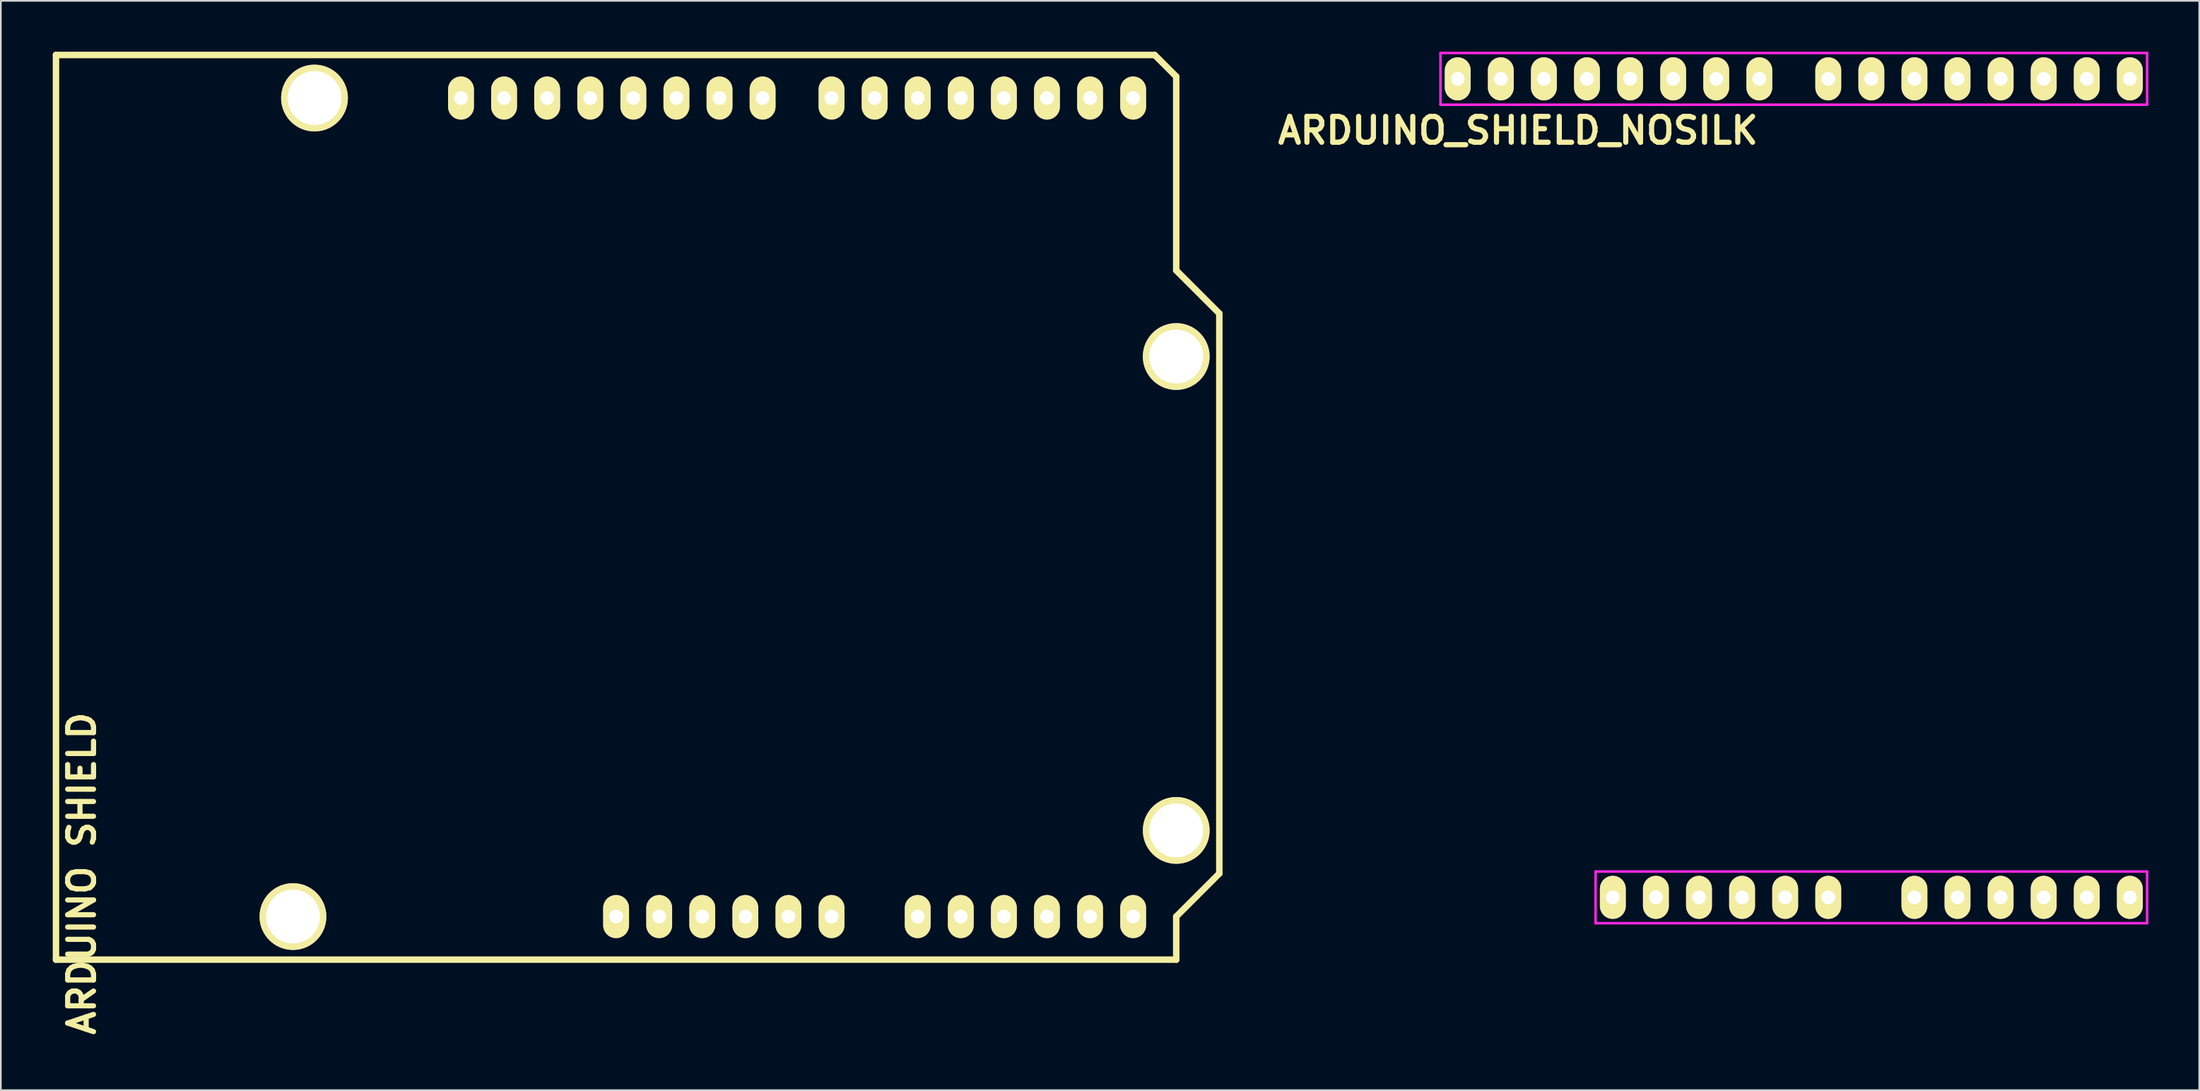
<source format=kicad_pcb>
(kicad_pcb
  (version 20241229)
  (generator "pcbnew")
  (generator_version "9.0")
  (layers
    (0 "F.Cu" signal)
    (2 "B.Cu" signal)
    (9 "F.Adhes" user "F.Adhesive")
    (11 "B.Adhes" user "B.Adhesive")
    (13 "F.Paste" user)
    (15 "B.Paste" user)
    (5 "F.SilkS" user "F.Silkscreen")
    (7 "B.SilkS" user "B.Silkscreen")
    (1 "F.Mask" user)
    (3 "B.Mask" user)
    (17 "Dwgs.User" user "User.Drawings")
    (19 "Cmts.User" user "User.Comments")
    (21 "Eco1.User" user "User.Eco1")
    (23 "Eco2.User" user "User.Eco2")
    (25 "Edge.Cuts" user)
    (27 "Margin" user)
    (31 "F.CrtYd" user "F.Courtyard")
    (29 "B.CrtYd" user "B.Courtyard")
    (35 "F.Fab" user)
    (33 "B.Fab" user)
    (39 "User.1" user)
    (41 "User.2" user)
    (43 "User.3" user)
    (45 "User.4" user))
  (footprint "ARDUINO_SHIELD_NOSILK"
    (layer "F.Cu")
    (at 106.76 25.475)
    (property "Reference" "ARDUINO_SHIELD_NOSILK" (at -20.32 -20.828 180) (layer "F.SilkS") (effects (font (size 1.524 1.524) (thickness 0.305))))
    (attr through_hole)
    (fp_line (start -24.892 -25.4) (end -24.892 -22.352) (stroke (width 0.15) (type solid)) (layer "F.CrtYd"))
    (fp_line (start -24.892 -22.352) (end 16.764 -22.352) (stroke (width 0.15) (type solid)) (layer "F.CrtYd"))
    (fp_line (start -15.748 22.86) (end -15.748 25.908) (stroke (width 0.15) (type solid)) (layer "F.CrtYd"))
    (fp_line (start -15.748 25.908) (end 16.764 25.908) (stroke (width 0.15) (type solid)) (layer "F.CrtYd"))
    (fp_line (start 16.764 -25.4) (end -24.892 -25.4) (stroke (width 0.15) (type solid)) (layer "F.CrtYd"))
    (fp_line (start 16.764 -22.352) (end 16.764 -25.4) (stroke (width 0.15) (type solid)) (layer "F.CrtYd"))
    (fp_line (start 16.764 22.86) (end -15.748 22.86) (stroke (width 0.15) (type solid)) (layer "F.CrtYd"))
    (fp_line (start 16.764 25.908) (end 16.764 22.86) (stroke (width 0.15) (type solid)) (layer "F.CrtYd"))
    (pad "0" thru_hole oval (at 15.748 -23.876 90) (size 2.54 1.524) (drill 0.813) (layers "*.Cu" "*.Mask" "F.SilkS"))
    (pad "1" thru_hole oval (at 13.208 -23.876 90) (size 2.54 1.524) (drill 0.813) (layers "*.Cu" "*.Mask" "F.SilkS"))
    (pad "2" thru_hole oval (at 10.668 -23.876 90) (size 2.54 1.524) (drill 0.813) (layers "*.Cu" "*.Mask" "F.SilkS"))
    (pad "3" thru_hole oval (at 8.128 -23.876 90) (size 2.54 1.524) (drill 0.813) (layers "*.Cu" "*.Mask" "F.SilkS"))
    (pad "3V3" thru_hole oval (at -12.192 24.384 90) (size 2.54 1.524) (drill 0.813) (layers "*.Cu" "*.Mask" "F.SilkS"))
    (pad "4" thru_hole oval (at 5.588 -23.876 90) (size 2.54 1.524) (drill 0.813) (layers "*.Cu" "*.Mask" "F.SilkS"))
    (pad "5" thru_hole oval (at 3.048 -23.876 90) (size 2.54 1.524) (drill 0.813) (layers "*.Cu" "*.Mask" "F.SilkS"))
    (pad "5V" thru_hole oval (at -9.652 24.384 90) (size 2.54 1.524) (drill 0.813) (layers "*.Cu" "*.Mask" "F.SilkS"))
    (pad "6" thru_hole oval (at 0.508 -23.876 90) (size 2.54 1.524) (drill 0.813) (layers "*.Cu" "*.Mask" "F.SilkS"))
    (pad "7" thru_hole oval (at -2.032 -23.876 90) (size 2.54 1.524) (drill 0.813) (layers "*.Cu" "*.Mask" "F.SilkS"))
    (pad "8" thru_hole oval (at -6.096 -23.876 90) (size 2.54 1.524) (drill 0.813) (layers "*.Cu" "*.Mask" "F.SilkS"))
    (pad "9" thru_hole oval (at -8.636 -23.876 90) (size 2.54 1.524) (drill 0.813) (layers "*.Cu" "*.Mask" "F.SilkS"))
    (pad "10" thru_hole oval (at -11.176 -23.876 90) (size 2.54 1.524) (drill 0.813) (layers "*.Cu" "*.Mask" "F.SilkS"))
    (pad "11" thru_hole oval (at -13.716 -23.876 90) (size 2.54 1.524) (drill 0.813) (layers "*.Cu" "*.Mask" "F.SilkS"))
    (pad "12" thru_hole oval (at -16.256 -23.876 90) (size 2.54 1.524) (drill 0.813) (layers "*.Cu" "*.Mask" "F.SilkS"))
    (pad "13" thru_hole oval (at -18.796 -23.876 90) (size 2.54 1.524) (drill 0.813) (layers "*.Cu" "*.Mask" "F.SilkS"))
    (pad "AD0" thru_hole oval (at 3.048 24.384 90) (size 2.54 1.524) (drill 0.813) (layers "*.Cu" "*.Mask" "F.SilkS"))
    (pad "AD1" thru_hole oval (at 5.588 24.384 90) (size 2.54 1.524) (drill 0.813) (layers "*.Cu" "*.Mask" "F.SilkS"))
    (pad "AD2" thru_hole oval (at 8.128 24.384 90) (size 2.54 1.524) (drill 0.813) (layers "*.Cu" "*.Mask" "F.SilkS"))
    (pad "AD3" thru_hole oval (at 10.668 24.384 90) (size 2.54 1.524) (drill 0.813) (layers "*.Cu" "*.Mask" "F.SilkS"))
    (pad "AD4" thru_hole oval (at 13.208 24.384 90) (size 2.54 1.524) (drill 0.813) (layers "*.Cu" "*.Mask" "F.SilkS"))
    (pad "AD5" thru_hole oval (at 15.748 24.384 90) (size 2.54 1.524) (drill 0.813) (layers "*.Cu" "*.Mask" "F.SilkS"))
    (pad "AREF" thru_hole oval (at -23.876 -23.876 90) (size 2.54 1.524) (drill 0.813) (layers "*.Cu" "*.Mask" "F.SilkS"))
    (pad "GND1" thru_hole oval (at -7.112 24.384 90) (size 2.54 1.524) (drill 0.813) (layers "*.Cu" "*.Mask" "F.SilkS"))
    (pad "GND2" thru_hole oval (at -4.572 24.384 90) (size 2.54 1.524) (drill 0.813) (layers "*.Cu" "*.Mask" "F.SilkS"))
    (pad "GND3" thru_hole oval (at -21.336 -23.876 90) (size 2.54 1.524) (drill 0.813) (layers "*.Cu" "*.Mask" "F.SilkS"))
    (pad "RST" thru_hole oval (at -14.732 24.384 90) (size 2.54 1.524) (drill 0.813) (layers "*.Cu" "*.Mask" "F.SilkS"))
    (pad "V_IN" thru_hole oval (at -2.032 24.384 90) (size 2.54 1.524) (drill 0.813) (layers "*.Cu" "*.Mask" "F.SilkS")))
  (footprint "ARDUINO SHIELD"
    (layer "F.Cu")
    (at 0.25 53.531)
    (property "Reference" "ARDUINO SHIELD" (at 1.524 -5.08 90) (layer "F.SilkS") (effects (font (size 1.524 1.524) (thickness 0.305))))
    (attr through_hole)
    (fp_line (start 0 0) (end 0 -53.34) (stroke (width 0.381) (type solid)) (layer "F.SilkS"))
    (fp_line (start 64.77 -53.34) (end 0 -53.34) (stroke (width 0.381) (type solid)) (layer "F.SilkS"))
    (fp_line (start 66.04 -52.07) (end 64.77 -53.34) (stroke (width 0.381) (type solid)) (layer "F.SilkS"))
    (fp_line (start 66.04 -40.64) (end 66.04 -52.07) (stroke (width 0.381) (type solid)) (layer "F.SilkS"))
    (fp_line (start 66.04 -40.64) (end 68.58 -38.1) (stroke (width 0.381) (type solid)) (layer "F.SilkS"))
    (fp_line (start 66.04 -2.54) (end 66.04 0) (stroke (width 0.381) (type solid)) (layer "F.SilkS"))
    (fp_line (start 66.04 0) (end 0 0) (stroke (width 0.381) (type solid)) (layer "F.SilkS"))
    (fp_line (start 68.58 -38.1) (end 68.58 -5.08) (stroke (width 0.381) (type solid)) (layer "F.SilkS"))
    (fp_line (start 68.58 -5.08) (end 66.04 -2.54) (stroke (width 0.381) (type solid)) (layer "F.SilkS"))
    (pad "" thru_hole circle (at 13.97 -2.54 90) (size 3.937 3.937) (drill 3.175) (layers "*.Cu" "*.Mask" "F.SilkS"))
    (pad "" thru_hole circle (at 15.24 -50.8 90) (size 3.937 3.937) (drill 3.175) (layers "*.Cu" "*.Mask" "F.SilkS"))
    (pad "" thru_hole circle (at 66.04 -35.56 90) (size 3.937 3.937) (drill 3.175) (layers "*.Cu" "*.Mask" "F.SilkS"))
    (pad "" thru_hole circle (at 66.04 -7.62 90) (size 3.937 3.937) (drill 3.175) (layers "*.Cu" "*.Mask" "F.SilkS"))
    (pad "0" thru_hole oval (at 63.5 -50.8 90) (size 2.54 1.524) (drill 0.813) (layers "*.Cu" "*.Mask" "F.SilkS"))
    (pad "1" thru_hole oval (at 60.96 -50.8 90) (size 2.54 1.524) (drill 0.813) (layers "*.Cu" "*.Mask" "F.SilkS"))
    (pad "2" thru_hole oval (at 58.42 -50.8 90) (size 2.54 1.524) (drill 0.813) (layers "*.Cu" "*.Mask" "F.SilkS"))
    (pad "3" thru_hole oval (at 55.88 -50.8 90) (size 2.54 1.524) (drill 0.813) (layers "*.Cu" "*.Mask" "F.SilkS"))
    (pad "3V3" thru_hole oval (at 35.56 -2.54 90) (size 2.54 1.524) (drill 0.813) (layers "*.Cu" "*.Mask" "F.SilkS"))
    (pad "4" thru_hole oval (at 53.34 -50.8 90) (size 2.54 1.524) (drill 0.813) (layers "*.Cu" "*.Mask" "F.SilkS"))
    (pad "5" thru_hole oval (at 50.8 -50.8 90) (size 2.54 1.524) (drill 0.813) (layers "*.Cu" "*.Mask" "F.SilkS"))
    (pad "5V" thru_hole oval (at 38.1 -2.54 90) (size 2.54 1.524) (drill 0.813) (layers "*.Cu" "*.Mask" "F.SilkS"))
    (pad "6" thru_hole oval (at 48.26 -50.8 90) (size 2.54 1.524) (drill 0.813) (layers "*.Cu" "*.Mask" "F.SilkS"))
    (pad "7" thru_hole oval (at 45.72 -50.8 90) (size 2.54 1.524) (drill 0.813) (layers "*.Cu" "*.Mask" "F.SilkS"))
    (pad "8" thru_hole oval (at 41.656 -50.8 90) (size 2.54 1.524) (drill 0.813) (layers "*.Cu" "*.Mask" "F.SilkS"))
    (pad "9" thru_hole oval (at 39.116 -50.8 90) (size 2.54 1.524) (drill 0.813) (layers "*.Cu" "*.Mask" "F.SilkS"))
    (pad "10" thru_hole oval (at 36.576 -50.8 90) (size 2.54 1.524) (drill 0.813) (layers "*.Cu" "*.Mask" "F.SilkS"))
    (pad "11" thru_hole oval (at 34.036 -50.8 90) (size 2.54 1.524) (drill 0.813) (layers "*.Cu" "*.Mask" "F.SilkS"))
    (pad "12" thru_hole oval (at 31.496 -50.8 90) (size 2.54 1.524) (drill 0.813) (layers "*.Cu" "*.Mask" "F.SilkS"))
    (pad "13" thru_hole oval (at 28.956 -50.8 90) (size 2.54 1.524) (drill 0.813) (layers "*.Cu" "*.Mask" "F.SilkS"))
    (pad "AD0" thru_hole oval (at 50.8 -2.54 90) (size 2.54 1.524) (drill 0.813) (layers "*.Cu" "*.Mask" "F.SilkS"))
    (pad "AD1" thru_hole oval (at 53.34 -2.54 90) (size 2.54 1.524) (drill 0.813) (layers "*.Cu" "*.Mask" "F.SilkS"))
    (pad "AD2" thru_hole oval (at 55.88 -2.54 90) (size 2.54 1.524) (drill 0.813) (layers "*.Cu" "*.Mask" "F.SilkS"))
    (pad "AD3" thru_hole oval (at 58.42 -2.54 90) (size 2.54 1.524) (drill 0.813) (layers "*.Cu" "*.Mask" "F.SilkS"))
    (pad "AD4" thru_hole oval (at 60.96 -2.54 90) (size 2.54 1.524) (drill 0.813) (layers "*.Cu" "*.Mask" "F.SilkS"))
    (pad "AD5" thru_hole oval (at 63.5 -2.54 90) (size 2.54 1.524) (drill 0.813) (layers "*.Cu" "*.Mask" "F.SilkS"))
    (pad "AREF" thru_hole oval (at 23.876 -50.8 90) (size 2.54 1.524) (drill 0.813) (layers "*.Cu" "*.Mask" "F.SilkS"))
    (pad "GND1" thru_hole oval (at 40.64 -2.54 90) (size 2.54 1.524) (drill 0.813) (layers "*.Cu" "*.Mask" "F.SilkS"))
    (pad "GND2" thru_hole oval (at 43.18 -2.54 90) (size 2.54 1.524) (drill 0.813) (layers "*.Cu" "*.Mask" "F.SilkS"))
    (pad "GND3" thru_hole oval (at 26.416 -50.8 90) (size 2.54 1.524) (drill 0.813) (layers "*.Cu" "*.Mask" "F.SilkS"))
    (pad "RST" thru_hole oval (at 33.02 -2.54 90) (size 2.54 1.524) (drill 0.813) (layers "*.Cu" "*.Mask" "F.SilkS"))
    (pad "V_IN" thru_hole oval (at 45.72 -2.54 90) (size 2.54 1.524) (drill 0.813) (layers "*.Cu" "*.Mask" "F.SilkS")))
  (gr_rect
    (start -3 -3)
    (end 126.599 61.226)
    (stroke (width 0.1) (type default))
    (fill no)
    (layer "Edge.Cuts")))
</source>
